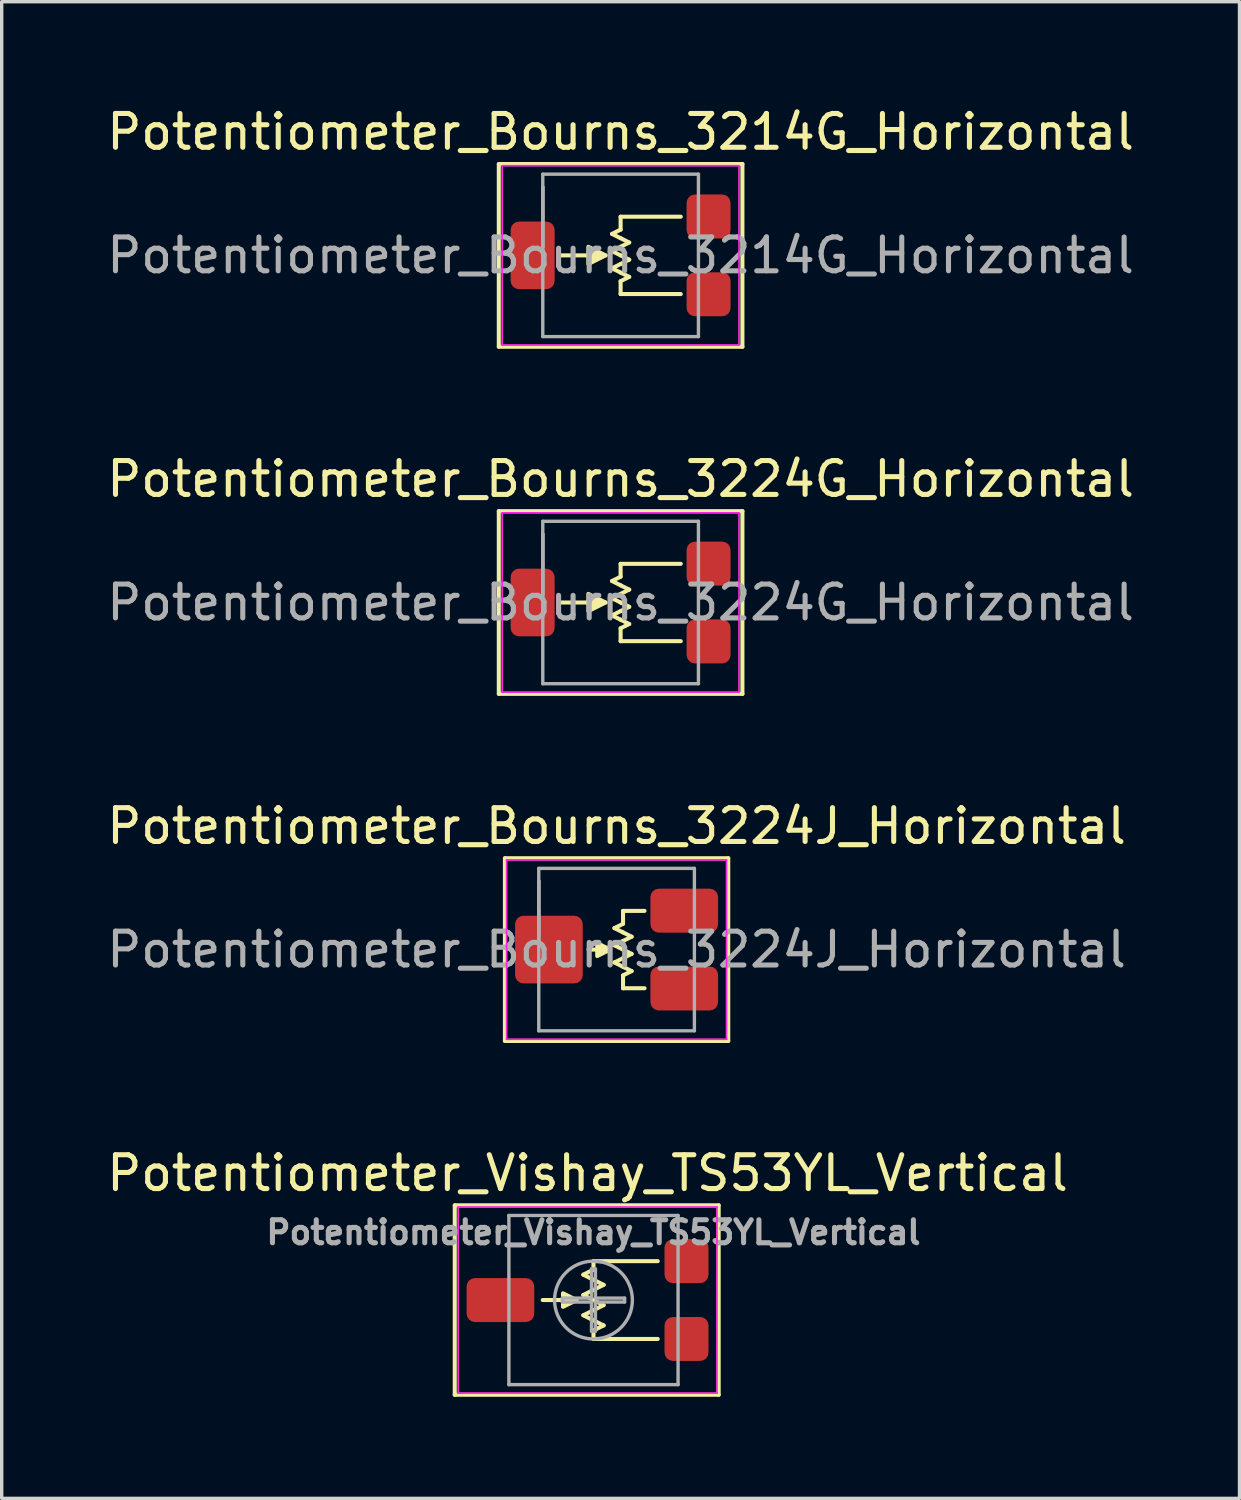
<source format=kicad_pcb>
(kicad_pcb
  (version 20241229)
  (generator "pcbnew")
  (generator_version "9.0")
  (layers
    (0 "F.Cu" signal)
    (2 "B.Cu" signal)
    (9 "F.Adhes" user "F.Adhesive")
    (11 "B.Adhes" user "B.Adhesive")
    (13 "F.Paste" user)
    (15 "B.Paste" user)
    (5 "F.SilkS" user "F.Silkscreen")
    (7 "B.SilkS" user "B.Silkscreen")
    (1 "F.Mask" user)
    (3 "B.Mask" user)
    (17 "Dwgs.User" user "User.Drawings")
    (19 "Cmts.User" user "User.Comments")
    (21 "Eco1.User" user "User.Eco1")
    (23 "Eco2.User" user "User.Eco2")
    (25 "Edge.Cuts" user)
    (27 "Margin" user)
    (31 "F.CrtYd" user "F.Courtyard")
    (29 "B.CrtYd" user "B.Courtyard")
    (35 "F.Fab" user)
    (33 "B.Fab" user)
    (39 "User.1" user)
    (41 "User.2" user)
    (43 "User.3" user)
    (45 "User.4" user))
  (footprint "Potentiometer_Bourns_3214G_Horizontal"
    (layer "F.Cu")
    (at 15.292 4.498)
    (property "Reference" "Potentiometer_Bourns_3214G_Horizontal" (at 0 -3.65 0) (layer "F.SilkS") (effects (font (size 1 1) (thickness 0.15))))
    (attr smd)
    (fp_line (start -3.6 -2.7) (end 3.6 -2.7) (stroke (width 0.12) (type solid)) (layer "F.SilkS"))
    (fp_line (start -3.6 2.7) (end -3.6 -2.7) (stroke (width 0.12) (type solid)) (layer "F.SilkS"))
    (fp_line (start -1.778 0) (end -0.445 0) (stroke (width 0.12) (type solid)) (layer "F.SilkS"))
    (fp_line (start -0.254 -0.635) (end 0 -0.508) (stroke (width 0.12) (type solid)) (layer "F.SilkS"))
    (fp_line (start -0.254 -0.127) (end 0 0) (stroke (width 0.12) (type solid)) (layer "F.SilkS"))
    (fp_line (start -0.254 0.381) (end 0 0.508) (stroke (width 0.12) (type solid)) (layer "F.SilkS"))
    (fp_line (start 0 -1.143) (end 0 -0.762) (stroke (width 0.12) (type solid)) (layer "F.SilkS"))
    (fp_line (start 0 -0.762) (end -0.254 -0.635) (stroke (width 0.12) (type solid)) (layer "F.SilkS"))
    (fp_line (start 0 -0.254) (end -0.254 -0.127) (stroke (width 0.12) (type solid)) (layer "F.SilkS"))
    (fp_line (start 0 -0.254) (end 0.254 -0.381) (stroke (width 0.12) (type solid)) (layer "F.SilkS"))
    (fp_line (start 0 0.254) (end -0.254 0.381) (stroke (width 0.12) (type solid)) (layer "F.SilkS"))
    (fp_line (start 0 0.254) (end 0.254 0.127) (stroke (width 0.12) (type solid)) (layer "F.SilkS"))
    (fp_line (start 0 0.762) (end 0.254 0.635) (stroke (width 0.12) (type solid)) (layer "F.SilkS"))
    (fp_line (start 0 1.143) (end 0 0.762) (stroke (width 0.12) (type solid)) (layer "F.SilkS"))
    (fp_line (start 0.254 -0.381) (end 0 -0.508) (stroke (width 0.12) (type solid)) (layer "F.SilkS"))
    (fp_line (start 0.254 0.127) (end 0 0) (stroke (width 0.12) (type solid)) (layer "F.SilkS"))
    (fp_line (start 0.254 0.635) (end 0 0.508) (stroke (width 0.12) (type solid)) (layer "F.SilkS"))
    (fp_line (start 1.778 -1.143) (end 0 -1.143) (stroke (width 0.12) (type solid)) (layer "F.SilkS"))
    (fp_line (start 1.778 1.143) (end 0 1.143) (stroke (width 0.12) (type solid)) (layer "F.SilkS"))
    (fp_line (start 3.6 -2.7) (end 3.6 2.7) (stroke (width 0.12) (type solid)) (layer "F.SilkS"))
    (fp_line (start 3.6 2.7) (end -3.6 2.7) (stroke (width 0.12) (type solid)) (layer "F.SilkS"))
    (fp_poly (pts (xy -0.445 0) (xy -0.953 0.254) (xy -0.953 -0.254)) (stroke (width 0.12) (type solid)) (fill yes) (layer "F.SilkS"))
    (fp_line (start -3.5 -2.65) (end -3.5 2.65) (stroke (width 0.05) (type solid)) (layer "F.CrtYd"))
    (fp_line (start -3.5 2.65) (end 3.5 2.65) (stroke (width 0.05) (type solid)) (layer "F.CrtYd"))
    (fp_line (start 3.5 -2.65) (end -3.5 -2.65) (stroke (width 0.05) (type solid)) (layer "F.CrtYd"))
    (fp_line (start 3.5 2.65) (end 3.5 -2.65) (stroke (width 0.05) (type solid)) (layer "F.CrtYd"))
    (fp_line (start -2.3 -2.4) (end -2.3 2.4) (stroke (width 0.1) (type solid)) (layer "F.Fab"))
    (fp_line (start -2.3 -2.02) (end -2.3 -2.02) (stroke (width 0.1) (type solid)) (layer "F.Fab"))
    (fp_line (start -2.3 -2.02) (end -2.3 -0.24) (stroke (width 0.1) (type solid)) (layer "F.Fab"))
    (fp_line (start -2.3 -1.13) (end -2.3 -1.13) (stroke (width 0.1) (type solid)) (layer "F.Fab"))
    (fp_line (start -2.3 -0.24) (end -2.3 -2.02) (stroke (width 0.1) (type solid)) (layer "F.Fab"))
    (fp_line (start -2.3 -0.24) (end -2.3 -0.24) (stroke (width 0.1) (type solid)) (layer "F.Fab"))
    (fp_line (start -2.3 2.4) (end 2.3 2.4) (stroke (width 0.1) (type solid)) (layer "F.Fab"))
    (fp_line (start 2.3 -2.4) (end -2.3 -2.4) (stroke (width 0.1) (type solid)) (layer "F.Fab"))
    (fp_line (start 2.3 2.4) (end 2.3 -2.4) (stroke (width 0.1) (type solid)) (layer "F.Fab"))
    (fp_text user "${REFERENCE}" (at 0 0 0) (layer "F.Fab") (effects (font (size 1 1) (thickness 0.15))))
    (pad "1" smd roundrect (at 2.6 -1.15) (size 1.3 1.3) (layers "F.Cu" "F.Mask" "F.Paste") (roundrect_rratio 0.192))
    (pad "2" smd roundrect (at -2.6 0) (size 1.3 2) (layers "F.Cu" "F.Mask" "F.Paste") (roundrect_rratio 0.192))
    (pad "3" smd roundrect (at 2.6 1.15) (size 1.3 1.3) (layers "F.Cu" "F.Mask" "F.Paste") (roundrect_rratio 0.192)))
  (footprint "Potentiometer_Vishay_TS53YL_Vertical"
    (layer "F.Cu")
    (at 14.49 35.373)
    (property "Reference" "Potentiometer_Vishay_TS53YL_Vertical" (at -0.175 -3.75 0) (layer "F.SilkS") (effects (font (size 1 1) (thickness 0.15))))
    (attr smd)
    (fp_line (start -4.1 -2.8) (end 3.7 -2.8) (stroke (width 0.12) (type solid)) (layer "F.SilkS"))
    (fp_line (start -4.1 2.8) (end -4.1 -2.8) (stroke (width 0.12) (type solid)) (layer "F.SilkS"))
    (fp_line (start -0.5 0) (end -1.5 0) (stroke (width 0.12) (type solid)) (layer "F.SilkS"))
    (fp_line (start -0.3 -0.75) (end 0 -0.9) (stroke (width 0.12) (type solid)) (layer "F.SilkS"))
    (fp_line (start -0.3 -0.15) (end 0 -0.3) (stroke (width 0.12) (type solid)) (layer "F.SilkS"))
    (fp_line (start -0.3 0.45) (end 0 0.3) (stroke (width 0.12) (type solid)) (layer "F.SilkS"))
    (fp_line (start 0 -1.15) (end 1.9 -1.15) (stroke (width 0.12) (type solid)) (layer "F.SilkS"))
    (fp_line (start 0 -0.9) (end 0 -1.15) (stroke (width 0.12) (type solid)) (layer "F.SilkS"))
    (fp_line (start 0 -0.6) (end -0.3 -0.75) (stroke (width 0.12) (type solid)) (layer "F.SilkS"))
    (fp_line (start 0 -0.6) (end 0.3 -0.45) (stroke (width 0.12) (type solid)) (layer "F.SilkS"))
    (fp_line (start 0 0) (end -0.3 -0.15) (stroke (width 0.12) (type solid)) (layer "F.SilkS"))
    (fp_line (start 0 0) (end 0.3 0.15) (stroke (width 0.12) (type solid)) (layer "F.SilkS"))
    (fp_line (start 0 0.6) (end -0.3 0.45) (stroke (width 0.12) (type solid)) (layer "F.SilkS"))
    (fp_line (start 0 0.6) (end 0.3 0.75) (stroke (width 0.12) (type solid)) (layer "F.SilkS"))
    (fp_line (start 0 0.9) (end 0 1.15) (stroke (width 0.12) (type solid)) (layer "F.SilkS"))
    (fp_line (start 0 1.15) (end 1.9 1.15) (stroke (width 0.12) (type solid)) (layer "F.SilkS"))
    (fp_line (start 0.3 -0.45) (end 0 -0.3) (stroke (width 0.12) (type solid)) (layer "F.SilkS"))
    (fp_line (start 0.3 0.15) (end 0 0.3) (stroke (width 0.12) (type solid)) (layer "F.SilkS"))
    (fp_line (start 0.3 0.75) (end 0 0.9) (stroke (width 0.12) (type solid)) (layer "F.SilkS"))
    (fp_line (start 3.7 -2.8) (end 3.7 2.8) (stroke (width 0.12) (type solid)) (layer "F.SilkS"))
    (fp_line (start 3.7 2.8) (end -4.1 2.8) (stroke (width 0.12) (type solid)) (layer "F.SilkS"))
    (fp_poly (pts (xy -0.5 0) (xy -0.9 0.2) (xy -0.9 -0.2)) (stroke (width 0.12) (type solid)) (fill yes) (layer "F.SilkS"))
    (fp_line (start -4 -2.75) (end -4 2.75) (stroke (width 0.05) (type solid)) (layer "F.CrtYd"))
    (fp_line (start -4 2.75) (end 3.65 2.75) (stroke (width 0.05) (type solid)) (layer "F.CrtYd"))
    (fp_line (start 3.65 -2.75) (end -4 -2.75) (stroke (width 0.05) (type solid)) (layer "F.CrtYd"))
    (fp_line (start 3.65 2.75) (end 3.65 -2.75) (stroke (width 0.05) (type solid)) (layer "F.CrtYd"))
    (fp_line (start -2.5 -2.5) (end -2.5 2.5) (stroke (width 0.1) (type solid)) (layer "F.Fab"))
    (fp_line (start -2.5 2.5) (end 2.5 2.5) (stroke (width 0.1) (type solid)) (layer "F.Fab"))
    (fp_line (start -0.92 -0.058) (end -0.058 -0.058) (stroke (width 0.1) (type solid)) (layer "F.Fab"))
    (fp_line (start -0.92 0.058) (end -0.92 -0.058) (stroke (width 0.1) (type solid)) (layer "F.Fab"))
    (fp_line (start -0.058 -0.92) (end 0.058 -0.92) (stroke (width 0.1) (type solid)) (layer "F.Fab"))
    (fp_line (start -0.058 -0.058) (end -0.058 -0.92) (stroke (width 0.1) (type solid)) (layer "F.Fab"))
    (fp_line (start -0.058 0.058) (end -0.92 0.058) (stroke (width 0.1) (type solid)) (layer "F.Fab"))
    (fp_line (start -0.058 0.92) (end -0.058 0.058) (stroke (width 0.1) (type solid)) (layer "F.Fab"))
    (fp_line (start 0.058 -0.92) (end 0.058 -0.058) (stroke (width 0.1) (type solid)) (layer "F.Fab"))
    (fp_line (start 0.058 -0.058) (end 0.92 -0.058) (stroke (width 0.1) (type solid)) (layer "F.Fab"))
    (fp_line (start 0.058 0.058) (end 0.058 0.92) (stroke (width 0.1) (type solid)) (layer "F.Fab"))
    (fp_line (start 0.058 0.92) (end -0.058 0.92) (stroke (width 0.1) (type solid)) (layer "F.Fab"))
    (fp_line (start 0.92 -0.058) (end 0.92 0.058) (stroke (width 0.1) (type solid)) (layer "F.Fab"))
    (fp_line (start 0.92 0.058) (end 0.058 0.058) (stroke (width 0.1) (type solid)) (layer "F.Fab"))
    (fp_line (start 2.5 -2.5) (end -2.5 -2.5) (stroke (width 0.1) (type solid)) (layer "F.Fab"))
    (fp_line (start 2.5 2.5) (end 2.5 -2.5) (stroke (width 0.1) (type solid)) (layer "F.Fab"))
    (fp_circle (center 0 0) (end 1.15 0) (stroke (width 0.1) (type solid)) (fill no) (layer "F.Fab"))
    (fp_text user "${REFERENCE}" (at 0 -2 0) (layer "F.Fab") (effects (font (size 0.68 0.68) (thickness 0.15))))
    (pad "1" smd roundrect (at 2.75 -1.15) (size 1.3 1.3) (layers "F.Cu" "F.Mask" "F.Paste") (roundrect_rratio 0.192))
    (pad "2" smd roundrect (at -2.75 0) (size 2 1.3) (layers "F.Cu" "F.Mask" "F.Paste") (roundrect_rratio 0.192))
    (pad "3" smd roundrect (at 2.75 1.15) (size 1.3 1.3) (layers "F.Cu" "F.Mask" "F.Paste") (roundrect_rratio 0.192)))
  (footprint "Potentiometer_Bourns_3224G_Horizontal"
    (layer "F.Cu")
    (at 15.292 14.757)
    (property "Reference" "Potentiometer_Bourns_3224G_Horizontal" (at 0 -3.65 0) (layer "F.SilkS") (effects (font (size 1 1) (thickness 0.15))))
    (attr smd)
    (fp_line (start -3.6 -2.7) (end 3.6 -2.7) (stroke (width 0.12) (type solid)) (layer "F.SilkS"))
    (fp_line (start -3.6 2.7) (end -3.6 -2.7) (stroke (width 0.12) (type solid)) (layer "F.SilkS"))
    (fp_line (start -1.778 0) (end -0.445 0) (stroke (width 0.12) (type solid)) (layer "F.SilkS"))
    (fp_line (start -0.254 -0.635) (end 0 -0.508) (stroke (width 0.12) (type solid)) (layer "F.SilkS"))
    (fp_line (start -0.254 -0.127) (end 0 0) (stroke (width 0.12) (type solid)) (layer "F.SilkS"))
    (fp_line (start -0.254 0.381) (end 0 0.508) (stroke (width 0.12) (type solid)) (layer "F.SilkS"))
    (fp_line (start 0 -1.143) (end 0 -0.762) (stroke (width 0.12) (type solid)) (layer "F.SilkS"))
    (fp_line (start 0 -0.762) (end -0.254 -0.635) (stroke (width 0.12) (type solid)) (layer "F.SilkS"))
    (fp_line (start 0 -0.254) (end -0.254 -0.127) (stroke (width 0.12) (type solid)) (layer "F.SilkS"))
    (fp_line (start 0 -0.254) (end 0.254 -0.381) (stroke (width 0.12) (type solid)) (layer "F.SilkS"))
    (fp_line (start 0 0.254) (end -0.254 0.381) (stroke (width 0.12) (type solid)) (layer "F.SilkS"))
    (fp_line (start 0 0.254) (end 0.254 0.127) (stroke (width 0.12) (type solid)) (layer "F.SilkS"))
    (fp_line (start 0 0.762) (end 0.254 0.635) (stroke (width 0.12) (type solid)) (layer "F.SilkS"))
    (fp_line (start 0 1.143) (end 0 0.762) (stroke (width 0.12) (type solid)) (layer "F.SilkS"))
    (fp_line (start 0.254 -0.381) (end 0 -0.508) (stroke (width 0.12) (type solid)) (layer "F.SilkS"))
    (fp_line (start 0.254 0.127) (end 0 0) (stroke (width 0.12) (type solid)) (layer "F.SilkS"))
    (fp_line (start 0.254 0.635) (end 0 0.508) (stroke (width 0.12) (type solid)) (layer "F.SilkS"))
    (fp_line (start 1.778 -1.143) (end 0 -1.143) (stroke (width 0.12) (type solid)) (layer "F.SilkS"))
    (fp_line (start 1.778 1.143) (end 0 1.143) (stroke (width 0.12) (type solid)) (layer "F.SilkS"))
    (fp_line (start 3.6 -2.7) (end 3.6 2.7) (stroke (width 0.12) (type solid)) (layer "F.SilkS"))
    (fp_line (start 3.6 2.7) (end -3.6 2.7) (stroke (width 0.12) (type solid)) (layer "F.SilkS"))
    (fp_poly (pts (xy -0.445 0) (xy -0.953 0.254) (xy -0.953 -0.254)) (stroke (width 0.12) (type solid)) (fill yes) (layer "F.SilkS"))
    (fp_line (start -3.5 -2.65) (end -3.5 2.65) (stroke (width 0.05) (type solid)) (layer "F.CrtYd"))
    (fp_line (start -3.5 2.65) (end 3.5 2.65) (stroke (width 0.05) (type solid)) (layer "F.CrtYd"))
    (fp_line (start 3.5 -2.65) (end -3.5 -2.65) (stroke (width 0.05) (type solid)) (layer "F.CrtYd"))
    (fp_line (start 3.5 2.65) (end 3.5 -2.65) (stroke (width 0.05) (type solid)) (layer "F.CrtYd"))
    (fp_line (start -2.3 -2.4) (end -2.3 2.4) (stroke (width 0.1) (type solid)) (layer "F.Fab"))
    (fp_line (start -2.3 -2.02) (end -2.3 -2.02) (stroke (width 0.1) (type solid)) (layer "F.Fab"))
    (fp_line (start -2.3 -2.02) (end -2.3 -0.24) (stroke (width 0.1) (type solid)) (layer "F.Fab"))
    (fp_line (start -2.3 -1.13) (end -2.3 -1.13) (stroke (width 0.1) (type solid)) (layer "F.Fab"))
    (fp_line (start -2.3 -0.24) (end -2.3 -2.02) (stroke (width 0.1) (type solid)) (layer "F.Fab"))
    (fp_line (start -2.3 -0.24) (end -2.3 -0.24) (stroke (width 0.1) (type solid)) (layer "F.Fab"))
    (fp_line (start -2.3 2.4) (end 2.3 2.4) (stroke (width 0.1) (type solid)) (layer "F.Fab"))
    (fp_line (start 2.3 -2.4) (end -2.3 -2.4) (stroke (width 0.1) (type solid)) (layer "F.Fab"))
    (fp_line (start 2.3 2.4) (end 2.3 -2.4) (stroke (width 0.1) (type solid)) (layer "F.Fab"))
    (fp_text user "${REFERENCE}" (at 0 0 0) (layer "F.Fab") (effects (font (size 1 1) (thickness 0.15))))
    (pad "1" smd roundrect (at 2.6 -1.15) (size 1.3 1.3) (layers "F.Cu" "F.Mask" "F.Paste") (roundrect_rratio 0.192))
    (pad "2" smd roundrect (at -2.6 0) (size 1.3 2) (layers "F.Cu" "F.Mask" "F.Paste") (roundrect_rratio 0.192))
    (pad "3" smd roundrect (at 2.6 1.15) (size 1.3 1.3) (layers "F.Cu" "F.Mask" "F.Paste") (roundrect_rratio 0.192)))
  (footprint "Potentiometer_Bourns_3224J_Horizontal"
    (layer "F.Cu")
    (at 15.173 25.015)
    (property "Reference" "Potentiometer_Bourns_3224J_Horizontal" (at 0 -3.65 0) (layer "F.SilkS") (effects (font (size 1 1) (thickness 0.15))))
    (attr smd)
    (fp_line (start -3.3 -2.7) (end 3.3 -2.7) (stroke (width 0.12) (type solid)) (layer "F.SilkS"))
    (fp_line (start -3.3 2.7) (end -3.3 -2.7) (stroke (width 0.12) (type solid)) (layer "F.SilkS"))
    (fp_line (start -0.826 0) (end -0.191 0) (stroke (width 0.12) (type solid)) (layer "F.SilkS"))
    (fp_line (start -0.064 -0.635) (end 0.191 -0.508) (stroke (width 0.12) (type solid)) (layer "F.SilkS"))
    (fp_line (start -0.064 -0.127) (end 0.191 0) (stroke (width 0.12) (type solid)) (layer "F.SilkS"))
    (fp_line (start -0.064 0.381) (end 0.191 0.508) (stroke (width 0.12) (type solid)) (layer "F.SilkS"))
    (fp_line (start 0.191 -1.143) (end 0.191 -0.762) (stroke (width 0.12) (type solid)) (layer "F.SilkS"))
    (fp_line (start 0.191 -0.762) (end -0.064 -0.635) (stroke (width 0.12) (type solid)) (layer "F.SilkS"))
    (fp_line (start 0.191 -0.254) (end -0.064 -0.127) (stroke (width 0.12) (type solid)) (layer "F.SilkS"))
    (fp_line (start 0.191 -0.254) (end 0.445 -0.381) (stroke (width 0.12) (type solid)) (layer "F.SilkS"))
    (fp_line (start 0.191 0.254) (end -0.064 0.381) (stroke (width 0.12) (type solid)) (layer "F.SilkS"))
    (fp_line (start 0.191 0.254) (end 0.445 0.127) (stroke (width 0.12) (type solid)) (layer "F.SilkS"))
    (fp_line (start 0.191 0.762) (end 0.445 0.635) (stroke (width 0.12) (type solid)) (layer "F.SilkS"))
    (fp_line (start 0.191 1.143) (end 0.191 0.762) (stroke (width 0.12) (type solid)) (layer "F.SilkS"))
    (fp_line (start 0.445 -0.381) (end 0.191 -0.508) (stroke (width 0.12) (type solid)) (layer "F.SilkS"))
    (fp_line (start 0.445 0.127) (end 0.191 0) (stroke (width 0.12) (type solid)) (layer "F.SilkS"))
    (fp_line (start 0.445 0.635) (end 0.191 0.508) (stroke (width 0.12) (type solid)) (layer "F.SilkS"))
    (fp_line (start 0.826 -1.143) (end 0.191 -1.143) (stroke (width 0.12) (type solid)) (layer "F.SilkS"))
    (fp_line (start 0.826 1.143) (end 0.191 1.143) (stroke (width 0.12) (type solid)) (layer "F.SilkS"))
    (fp_line (start 3.3 -2.7) (end 3.3 2.7) (stroke (width 0.12) (type solid)) (layer "F.SilkS"))
    (fp_line (start 3.3 2.7) (end -3.3 2.7) (stroke (width 0.12) (type solid)) (layer "F.SilkS"))
    (fp_poly (pts (xy -0.191 0) (xy -0.572 0.191) (xy -0.572 -0.191)) (stroke (width 0.12) (type solid)) (fill yes) (layer "F.SilkS"))
    (fp_line (start -3.25 -2.65) (end -3.25 2.65) (stroke (width 0.05) (type solid)) (layer "F.CrtYd"))
    (fp_line (start -3.25 2.65) (end 3.25 2.65) (stroke (width 0.05) (type solid)) (layer "F.CrtYd"))
    (fp_line (start 3.25 -2.65) (end -3.25 -2.65) (stroke (width 0.05) (type solid)) (layer "F.CrtYd"))
    (fp_line (start 3.25 2.65) (end 3.25 -2.65) (stroke (width 0.05) (type solid)) (layer "F.CrtYd"))
    (fp_line (start -2.3 -2.4) (end -2.3 2.4) (stroke (width 0.1) (type solid)) (layer "F.Fab"))
    (fp_line (start -2.3 -2.02) (end -2.3 -2.02) (stroke (width 0.1) (type solid)) (layer "F.Fab"))
    (fp_line (start -2.3 -2.02) (end -2.3 -0.24) (stroke (width 0.1) (type solid)) (layer "F.Fab"))
    (fp_line (start -2.3 -1.13) (end -2.3 -1.13) (stroke (width 0.1) (type solid)) (layer "F.Fab"))
    (fp_line (start -2.3 -0.24) (end -2.3 -2.02) (stroke (width 0.1) (type solid)) (layer "F.Fab"))
    (fp_line (start -2.3 -0.24) (end -2.3 -0.24) (stroke (width 0.1) (type solid)) (layer "F.Fab"))
    (fp_line (start -2.3 2.4) (end 2.3 2.4) (stroke (width 0.1) (type solid)) (layer "F.Fab"))
    (fp_line (start 2.3 -2.4) (end -2.3 -2.4) (stroke (width 0.1) (type solid)) (layer "F.Fab"))
    (fp_line (start 2.3 2.4) (end 2.3 -2.4) (stroke (width 0.1) (type solid)) (layer "F.Fab"))
    (fp_text user "${REFERENCE}" (at 0 0 0) (layer "F.Fab") (effects (font (size 1 1) (thickness 0.15))))
    (pad "1" smd roundrect (at 2 -1.15) (size 2 1.3) (layers "F.Cu" "F.Mask" "F.Paste") (roundrect_rratio 0.192))
    (pad "2" smd roundrect (at -2 0) (size 2 2) (layers "F.Cu" "F.Mask" "F.Paste") (roundrect_rratio 0.125))
    (pad "3" smd roundrect (at 2 1.15) (size 2 1.3) (layers "F.Cu" "F.Mask" "F.Paste") (roundrect_rratio 0.192)))
  (gr_rect
    (start -3 -3)
    (end 33.583 41.233)
    (stroke (width 0.1) (type default))
    (fill no)
    (layer "Edge.Cuts")))
</source>
